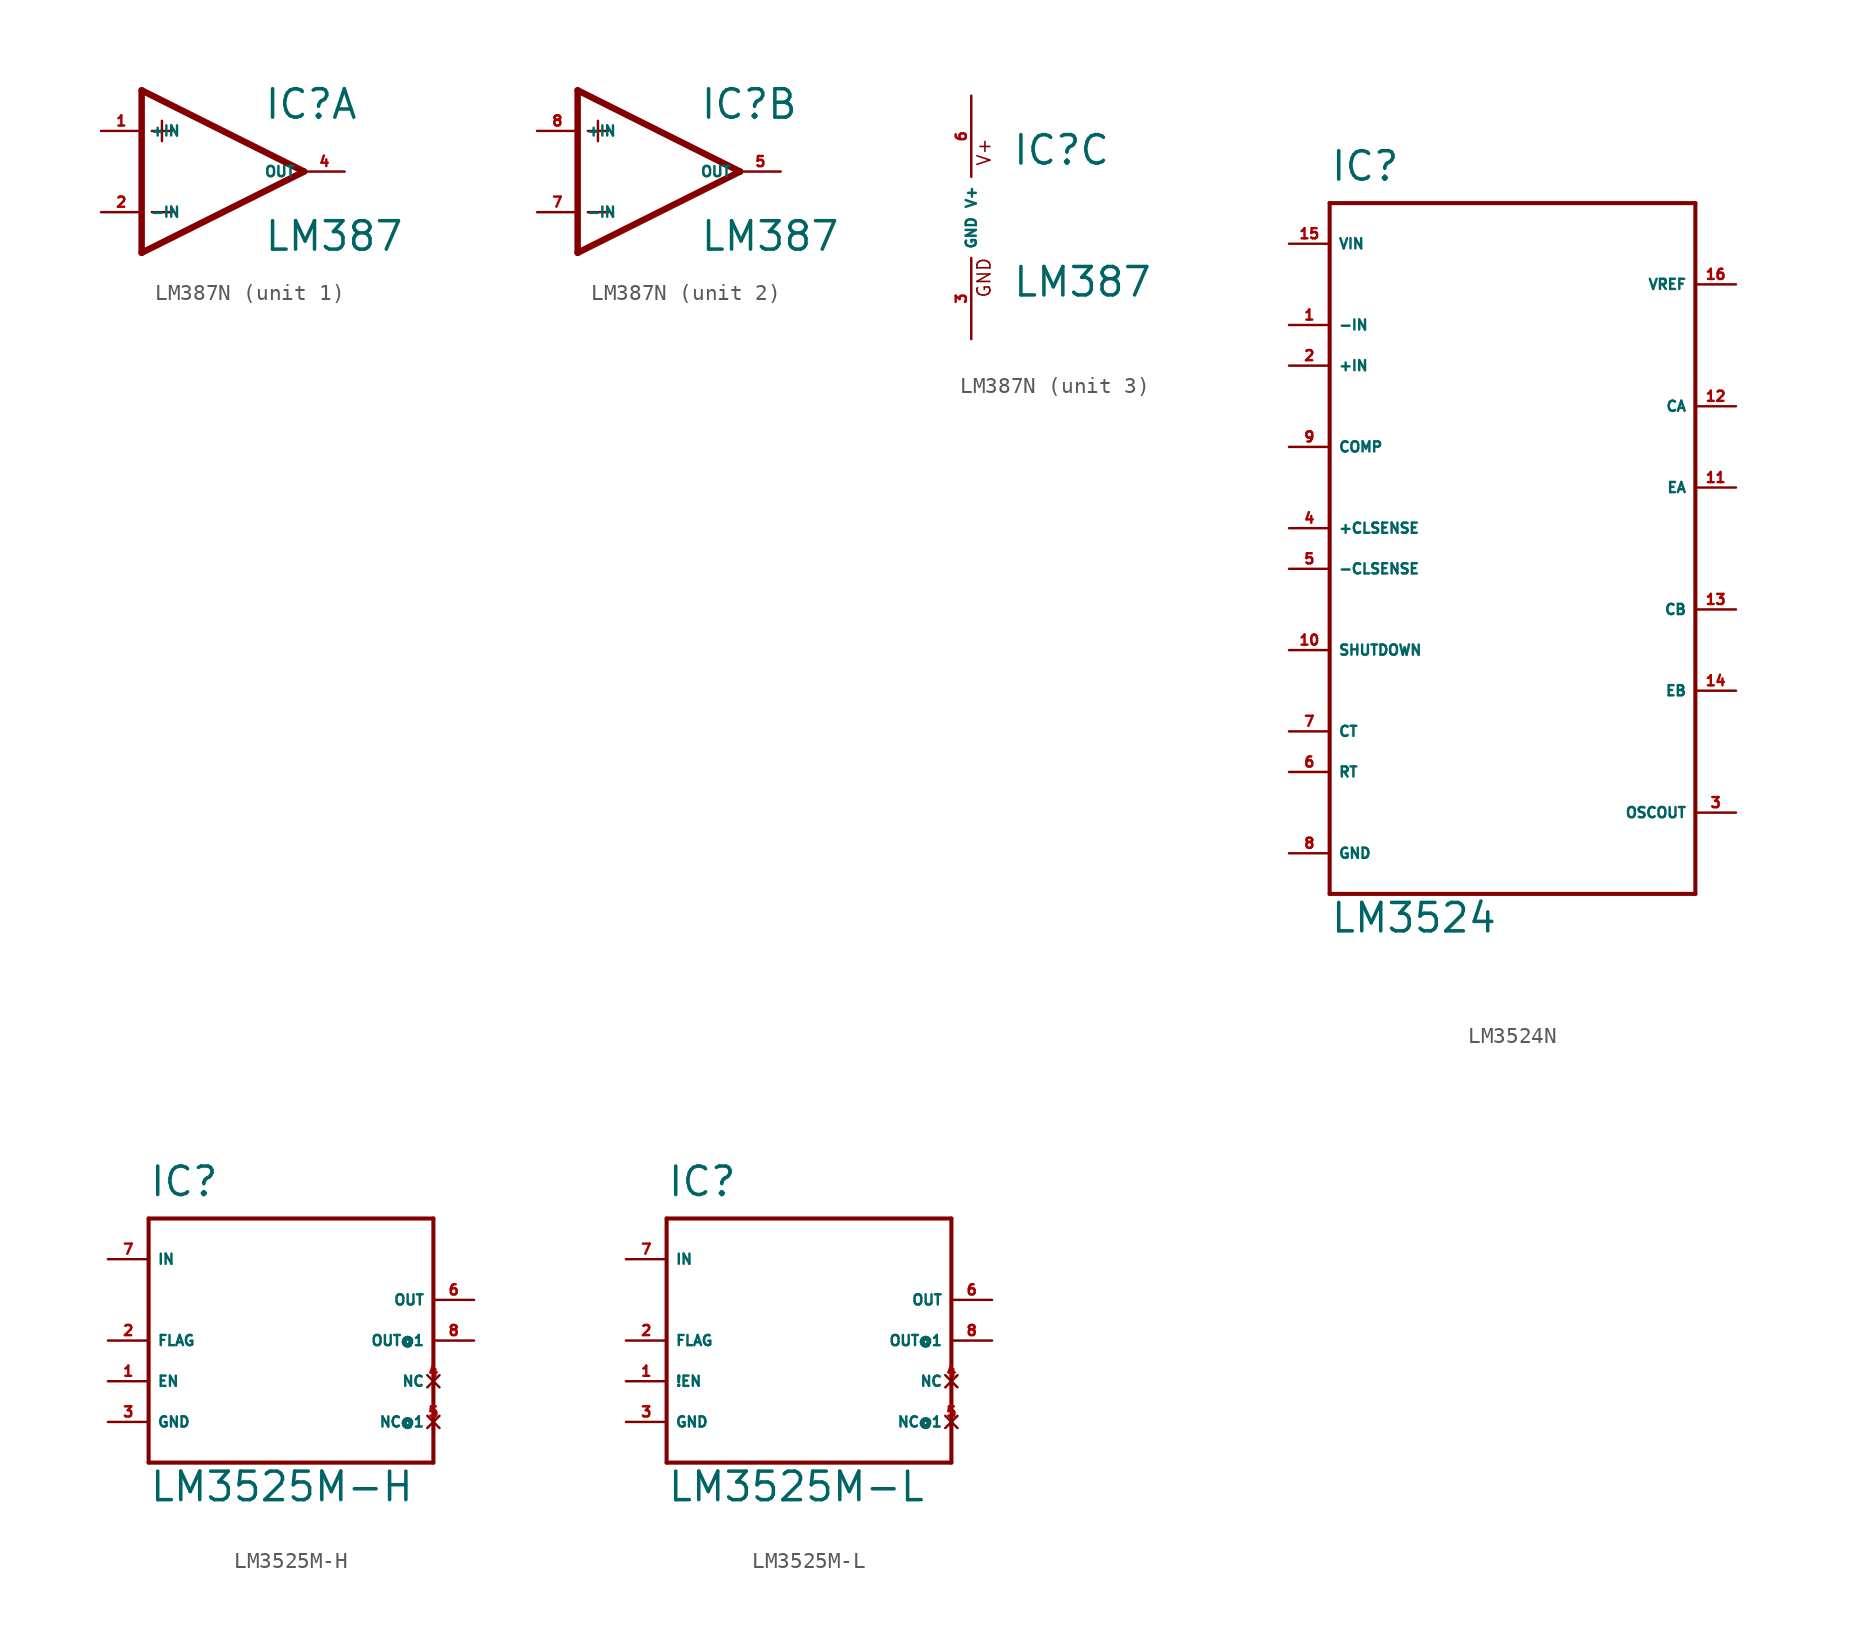
<source format=kicad_sym>
(kicad_symbol_lib
  (version 20220914)
  (generator Eagle2Kicad)
  (symbol "LM387N"
    (property "Reference" "IC"
      (at 2.54 3.175 0)
      (effects (font (size 1.778 1.778) (thickness 0.22)) (justify left bottom)))
    (property "Value" "LM387"
      (at 2.54 -5.08 0)
      (effects (font (size 1.778 1.778) (thickness 0.22)) (justify left bottom)))
    (symbol "LM387N_1_0"
      (polyline (pts (xy -5.08 5.08) (xy -5.08 -5.08)) (stroke (width 0.406) (type default)) (fill (type none)))
      (polyline (pts (xy -5.08 -5.08) (xy 5.08 0)) (stroke (width 0.406) (type default)) (fill (type none)))
      (polyline (pts (xy 5.08 0) (xy -5.08 5.08)) (stroke (width 0.406) (type default)) (fill (type none)))
      (polyline (pts (xy -3.81 3.175) (xy -3.81 1.905)) (stroke (width 0.152) (type default)) (fill (type none)))
      (polyline (pts (xy -4.445 2.54) (xy -3.175 2.54)) (stroke (width 0.152) (type default)) (fill (type none)))
      (polyline (pts (xy -4.445 -2.54) (xy -3.175 -2.54)) (stroke (width 0.152) (type default)) (fill (type none)))
      (pin input line (at -7.62 -2.54 0) (length 2.54) (name "-IN" (effects (font (size 0.635 0.635) (thickness 0.08)) (justify left bottom))) (number "2" (effects (font (size 0.635 0.635) (thickness 0.08)) (justify left bottom))))
      (pin input line (at -7.62 2.54 0) (length 2.54) (name "+IN" (effects (font (size 0.635 0.635) (thickness 0.08)) (justify left bottom))) (number "1" (effects (font (size 0.635 0.635) (thickness 0.08)) (justify left bottom))))
      (pin output line (at 7.62 0 180) (length 2.54) (name "OUT" (effects (font (size 0.635 0.635) (thickness 0.08)) (justify left bottom))) (number "4" (effects (font (size 0.635 0.635) (thickness 0.08)) (justify left bottom)))))
    (symbol "LM387N_2_0"
      (polyline (pts (xy -5.08 5.08) (xy -5.08 -5.08)) (stroke (width 0.406) (type default)) (fill (type none)))
      (polyline (pts (xy -5.08 -5.08) (xy 5.08 0)) (stroke (width 0.406) (type default)) (fill (type none)))
      (polyline (pts (xy 5.08 0) (xy -5.08 5.08)) (stroke (width 0.406) (type default)) (fill (type none)))
      (polyline (pts (xy -3.81 3.175) (xy -3.81 1.905)) (stroke (width 0.152) (type default)) (fill (type none)))
      (polyline (pts (xy -4.445 2.54) (xy -3.175 2.54)) (stroke (width 0.152) (type default)) (fill (type none)))
      (polyline (pts (xy -4.445 -2.54) (xy -3.175 -2.54)) (stroke (width 0.152) (type default)) (fill (type none)))
      (pin input line (at -7.62 -2.54 0) (length 2.54) (name "-IN" (effects (font (size 0.635 0.635) (thickness 0.08)) (justify left bottom))) (number "7" (effects (font (size 0.635 0.635) (thickness 0.08)) (justify left bottom))))
      (pin input line (at -7.62 2.54 0) (length 2.54) (name "+IN" (effects (font (size 0.635 0.635) (thickness 0.08)) (justify left bottom))) (number "8" (effects (font (size 0.635 0.635) (thickness 0.08)) (justify left bottom))))
      (pin output line (at 7.62 0 180) (length 2.54) (name "OUT" (effects (font (size 0.635 0.635) (thickness 0.08)) (justify left bottom))) (number "5" (effects (font (size 0.635 0.635) (thickness 0.08)) (justify left bottom)))))
    (symbol "LM387N_3_0"
      (text "V+" (at 1.27 3.175 900) (effects (font (size 0.813 0.813) (thickness 0.10)) (justify left bottom)))
      (text "GND" (at 1.27 -5.08 900) (effects (font (size 0.813 0.813) (thickness 0.10)) (justify left bottom)))
      (pin unspecified line (at 0 7.62 270) (length 5.08) (name "V+" (effects (font (size 0.635 0.635) (thickness 0.08)) (justify left bottom))) (number "6" (effects (font (size 0.635 0.635) (thickness 0.08)) (justify left bottom))))
      (pin unspecified line (at 0 -7.62 90) (length 5.08) (name "GND" (effects (font (size 0.635 0.635) (thickness 0.08)) (justify left bottom))) (number "3" (effects (font (size 0.635 0.635) (thickness 0.08)) (justify left bottom))))))
  (symbol "LM3524N"
    (property "Reference" "IC"
      (at -12.7 21.59 0)
      (effects (font (size 1.778 1.778) (thickness 0.22)) (justify left bottom)))
    (property "Value" "LM3524"
      (at -12.7 -25.4 0)
      (effects (font (size 1.778 1.778) (thickness 0.22)) (justify left bottom)))
    (polyline
      (pts (xy -12.7 20.32) (xy 10.16 20.32))
      (stroke (width 0.254) (type default))
      (fill (type none)))
    (polyline
      (pts (xy 10.16 20.32) (xy 10.16 -22.86))
      (stroke (width 0.254) (type default))
      (fill (type none)))
    (polyline
      (pts (xy 10.16 -22.86) (xy -12.7 -22.86))
      (stroke (width 0.254) (type default))
      (fill (type none)))
    (polyline
      (pts (xy -12.7 -22.86) (xy -12.7 20.32))
      (stroke (width 0.254) (type default))
      (fill (type none)))
    (pin input line
      (at -15.24 17.78 0)
      (length 2.54)
      (name "VIN" (effects (font (size 0.635 0.635) (thickness 0.08)) (justify left bottom)))
      (number "15" (effects (font (size 0.635 0.635) (thickness 0.08)) (justify left bottom))))
    (pin input line
      (at -15.24 12.7 0)
      (length 2.54)
      (name "-IN" (effects (font (size 0.635 0.635) (thickness 0.08)) (justify left bottom)))
      (number "1" (effects (font (size 0.635 0.635) (thickness 0.08)) (justify left bottom))))
    (pin input line
      (at -15.24 10.16 0)
      (length 2.54)
      (name "+IN" (effects (font (size 0.635 0.635) (thickness 0.08)) (justify left bottom)))
      (number "2" (effects (font (size 0.635 0.635) (thickness 0.08)) (justify left bottom))))
    (pin input line
      (at -15.24 5.08 0)
      (length 2.54)
      (name "COMP" (effects (font (size 0.635 0.635) (thickness 0.08)) (justify left bottom)))
      (number "9" (effects (font (size 0.635 0.635) (thickness 0.08)) (justify left bottom))))
    (pin input line
      (at -15.24 0 0)
      (length 2.54)
      (name "+CLSENSE" (effects (font (size 0.635 0.635) (thickness 0.08)) (justify left bottom)))
      (number "4" (effects (font (size 0.635 0.635) (thickness 0.08)) (justify left bottom))))
    (pin input line
      (at -15.24 -2.54 0)
      (length 2.54)
      (name "-CLSENSE" (effects (font (size 0.635 0.635) (thickness 0.08)) (justify left bottom)))
      (number "5" (effects (font (size 0.635 0.635) (thickness 0.08)) (justify left bottom))))
    (pin input line
      (at -15.24 -7.62 0)
      (length 2.54)
      (name "SHUTDOWN" (effects (font (size 0.635 0.635) (thickness 0.08)) (justify left bottom)))
      (number "10" (effects (font (size 0.635 0.635) (thickness 0.08)) (justify left bottom))))
    (pin input line
      (at -15.24 -12.7 0)
      (length 2.54)
      (name "CT" (effects (font (size 0.635 0.635) (thickness 0.08)) (justify left bottom)))
      (number "7" (effects (font (size 0.635 0.635) (thickness 0.08)) (justify left bottom))))
    (pin input line
      (at -15.24 -15.24 0)
      (length 2.54)
      (name "RT" (effects (font (size 0.635 0.635) (thickness 0.08)) (justify left bottom)))
      (number "6" (effects (font (size 0.635 0.635) (thickness 0.08)) (justify left bottom))))
    (pin unspecified line
      (at -15.24 -20.32 0)
      (length 2.54)
      (name "GND" (effects (font (size 0.635 0.635) (thickness 0.08)) (justify left bottom)))
      (number "8" (effects (font (size 0.635 0.635) (thickness 0.08)) (justify left bottom))))
    (pin output line
      (at 12.7 -17.78 180)
      (length 2.54)
      (name "OSCOUT" (effects (font (size 0.635 0.635) (thickness 0.08)) (justify left bottom)))
      (number "3" (effects (font (size 0.635 0.635) (thickness 0.08)) (justify left bottom))))
    (pin passive line
      (at 12.7 15.24 180)
      (length 2.54)
      (name "VREF" (effects (font (size 0.635 0.635) (thickness 0.08)) (justify left bottom)))
      (number "16" (effects (font (size 0.635 0.635) (thickness 0.08)) (justify left bottom))))
    (pin passive line
      (at 12.7 7.62 180)
      (length 2.54)
      (name "CA" (effects (font (size 0.635 0.635) (thickness 0.08)) (justify left bottom)))
      (number "12" (effects (font (size 0.635 0.635) (thickness 0.08)) (justify left bottom))))
    (pin passive line
      (at 12.7 2.54 180)
      (length 2.54)
      (name "EA" (effects (font (size 0.635 0.635) (thickness 0.08)) (justify left bottom)))
      (number "11" (effects (font (size 0.635 0.635) (thickness 0.08)) (justify left bottom))))
    (pin passive line
      (at 12.7 -5.08 180)
      (length 2.54)
      (name "CB" (effects (font (size 0.635 0.635) (thickness 0.08)) (justify left bottom)))
      (number "13" (effects (font (size 0.635 0.635) (thickness 0.08)) (justify left bottom))))
    (pin passive line
      (at 12.7 -10.16 180)
      (length 2.54)
      (name "EB" (effects (font (size 0.635 0.635) (thickness 0.08)) (justify left bottom)))
      (number "14" (effects (font (size 0.635 0.635) (thickness 0.08)) (justify left bottom)))))
  (symbol "LM3525M-H"
    (property "Reference" "IC"
      (at -10.16 8.89 0)
      (effects (font (size 1.778 1.778) (thickness 0.22)) (justify left bottom)))
    (property "Value" "LM3525M-H"
      (at -10.16 -10.16 0)
      (effects (font (size 1.778 1.778) (thickness 0.22)) (justify left bottom)))
    (polyline
      (pts (xy -10.16 7.62) (xy 7.62 7.62))
      (stroke (width 0.254) (type default))
      (fill (type none)))
    (polyline
      (pts (xy 7.62 7.62) (xy 7.62 -7.62))
      (stroke (width 0.254) (type default))
      (fill (type none)))
    (polyline
      (pts (xy 7.62 -7.62) (xy -10.16 -7.62))
      (stroke (width 0.254) (type default))
      (fill (type none)))
    (polyline
      (pts (xy -10.16 -7.62) (xy -10.16 7.62))
      (stroke (width 0.254) (type default))
      (fill (type none)))
    (pin input line
      (at -12.7 5.08 0)
      (length 2.54)
      (name "IN" (effects (font (size 0.635 0.635) (thickness 0.08)) (justify left bottom)))
      (number "7" (effects (font (size 0.635 0.635) (thickness 0.08)) (justify left bottom))))
    (pin output line
      (at -12.7 0 0)
      (length 2.54)
      (name "FLAG" (effects (font (size 0.635 0.635) (thickness 0.08)) (justify left bottom)))
      (number "2" (effects (font (size 0.635 0.635) (thickness 0.08)) (justify left bottom))))
    (pin input line
      (at -12.7 -2.54 0)
      (length 2.54)
      (name "EN" (effects (font (size 0.635 0.635) (thickness 0.08)) (justify left bottom)))
      (number "1" (effects (font (size 0.635 0.635) (thickness 0.08)) (justify left bottom))))
    (pin unspecified line
      (at -12.7 -5.08 0)
      (length 2.54)
      (name "GND" (effects (font (size 0.635 0.635) (thickness 0.08)) (justify left bottom)))
      (number "3" (effects (font (size 0.635 0.635) (thickness 0.08)) (justify left bottom))))
    (pin output line
      (at 10.16 2.54 180)
      (length 2.54)
      (name "OUT" (effects (font (size 0.635 0.635) (thickness 0.08)) (justify left bottom)))
      (number "6" (effects (font (size 0.635 0.635) (thickness 0.08)) (justify left bottom))))
    (pin output line
      (at 10.16 0 180)
      (length 2.54)
      (name "OUT@1" (effects (font (size 0.635 0.635) (thickness 0.08)) (justify left bottom)))
      (number "8" (effects (font (size 0.635 0.635) (thickness 0.08)) (justify left bottom))))
    (pin no_connect line
      (at 7.62 -2.54 180)
      (length 0)
      (name "NC" (effects (font (size 0.635 0.635) (thickness 0.08)) (justify left bottom) hide))
      (number "4" (effects (font (size 0.635 0.635) (thickness 0.08)) (justify left bottom) hide)))
    (pin no_connect line
      (at 7.62 -5.08 180)
      (length 0)
      (name "NC@1" (effects (font (size 0.635 0.635) (thickness 0.08)) (justify left bottom) hide))
      (number "5" (effects (font (size 0.635 0.635) (thickness 0.08)) (justify left bottom) hide))))
  (symbol "LM3525M-L"
    (property "Reference" "IC"
      (at -10.16 8.89 0)
      (effects (font (size 1.778 1.778) (thickness 0.22)) (justify left bottom)))
    (property "Value" "LM3525M-L"
      (at -10.16 -10.16 0)
      (effects (font (size 1.778 1.778) (thickness 0.22)) (justify left bottom)))
    (polyline
      (pts (xy -10.16 7.62) (xy 7.62 7.62))
      (stroke (width 0.254) (type default))
      (fill (type none)))
    (polyline
      (pts (xy 7.62 7.62) (xy 7.62 -7.62))
      (stroke (width 0.254) (type default))
      (fill (type none)))
    (polyline
      (pts (xy 7.62 -7.62) (xy -10.16 -7.62))
      (stroke (width 0.254) (type default))
      (fill (type none)))
    (polyline
      (pts (xy -10.16 -7.62) (xy -10.16 7.62))
      (stroke (width 0.254) (type default))
      (fill (type none)))
    (pin input line
      (at -12.7 5.08 0)
      (length 2.54)
      (name "IN" (effects (font (size 0.635 0.635) (thickness 0.08)) (justify left bottom)))
      (number "7" (effects (font (size 0.635 0.635) (thickness 0.08)) (justify left bottom))))
    (pin output line
      (at -12.7 0 0)
      (length 2.54)
      (name "FLAG" (effects (font (size 0.635 0.635) (thickness 0.08)) (justify left bottom)))
      (number "2" (effects (font (size 0.635 0.635) (thickness 0.08)) (justify left bottom))))
    (pin input line
      (at -12.7 -2.54 0)
      (length 2.54)
      (name "!EN" (effects (font (size 0.635 0.635) (thickness 0.08)) (justify left bottom)))
      (number "1" (effects (font (size 0.635 0.635) (thickness 0.08)) (justify left bottom))))
    (pin unspecified line
      (at -12.7 -5.08 0)
      (length 2.54)
      (name "GND" (effects (font (size 0.635 0.635) (thickness 0.08)) (justify left bottom)))
      (number "3" (effects (font (size 0.635 0.635) (thickness 0.08)) (justify left bottom))))
    (pin output line
      (at 10.16 2.54 180)
      (length 2.54)
      (name "OUT" (effects (font (size 0.635 0.635) (thickness 0.08)) (justify left bottom)))
      (number "6" (effects (font (size 0.635 0.635) (thickness 0.08)) (justify left bottom))))
    (pin output line
      (at 10.16 0 180)
      (length 2.54)
      (name "OUT@1" (effects (font (size 0.635 0.635) (thickness 0.08)) (justify left bottom)))
      (number "8" (effects (font (size 0.635 0.635) (thickness 0.08)) (justify left bottom))))
    (pin no_connect line
      (at 7.62 -2.54 180)
      (length 0)
      (name "NC" (effects (font (size 0.635 0.635) (thickness 0.08)) (justify left bottom) hide))
      (number "4" (effects (font (size 0.635 0.635) (thickness 0.08)) (justify left bottom) hide)))
    (pin no_connect line
      (at 7.62 -5.08 180)
      (length 0)
      (name "NC@1" (effects (font (size 0.635 0.635) (thickness 0.08)) (justify left bottom) hide))
      (number "5" (effects (font (size 0.635 0.635) (thickness 0.08)) (justify left bottom) hide)))))
</source>
